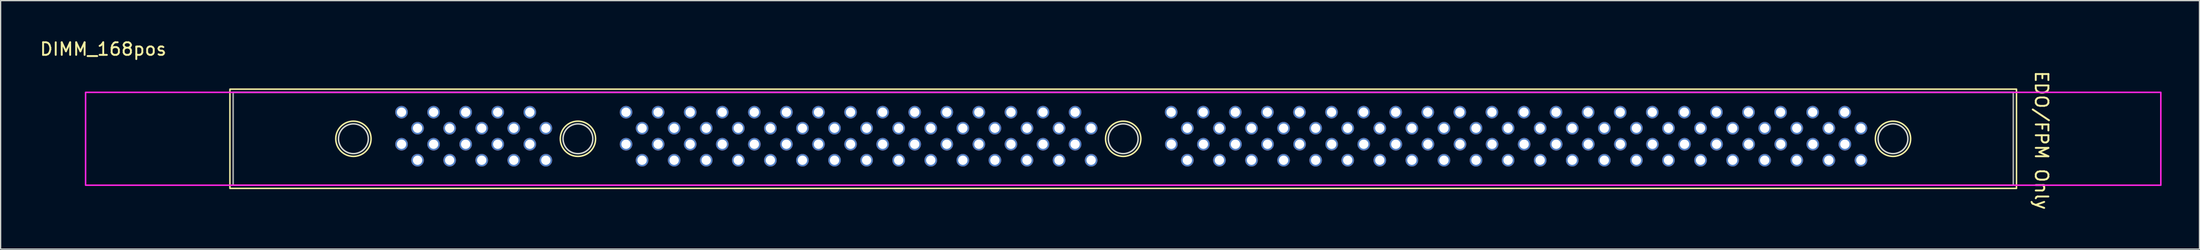
<source format=kicad_pcb>
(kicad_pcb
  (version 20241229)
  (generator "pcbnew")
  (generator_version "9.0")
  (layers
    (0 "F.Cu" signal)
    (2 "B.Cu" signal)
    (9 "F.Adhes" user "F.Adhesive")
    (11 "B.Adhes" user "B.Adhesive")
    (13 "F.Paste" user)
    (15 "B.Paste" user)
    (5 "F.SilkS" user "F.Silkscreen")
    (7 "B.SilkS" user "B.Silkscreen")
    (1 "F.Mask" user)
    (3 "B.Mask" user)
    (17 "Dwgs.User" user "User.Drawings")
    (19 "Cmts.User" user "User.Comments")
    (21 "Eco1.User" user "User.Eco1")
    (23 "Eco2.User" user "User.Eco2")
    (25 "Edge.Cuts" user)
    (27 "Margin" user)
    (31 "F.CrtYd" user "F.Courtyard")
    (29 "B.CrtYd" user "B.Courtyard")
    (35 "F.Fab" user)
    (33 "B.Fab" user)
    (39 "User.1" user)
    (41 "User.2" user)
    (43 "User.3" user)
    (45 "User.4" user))
  (footprint "DIMM_168pos"
    (layer "F.Cu")
    (at 4.617 5.852)
    (property "Reference" "DIMM_168pos" (at 0.508 -5.004 0) (unlocked yes) (layer "F.SilkS") (effects (font (size 1 1) (thickness 0.15))))
    (attr through_hole)
    (fp_rect (start 10.541 -1.829) (end 152.019 6.045) (stroke (width 0.12) (type solid)) (fill no) (layer "F.SilkS"))
    (fp_circle (center 20.32 2.108) (end 21.717 2.108) (stroke (width 0.12) (type solid)) (fill no) (layer "F.SilkS"))
    (fp_circle (center 38.1 2.108) (end 39.497 2.108) (stroke (width 0.12) (type solid)) (fill no) (layer "F.SilkS"))
    (fp_circle (center 81.28 2.108) (end 82.677 2.108) (stroke (width 0.12) (type solid)) (fill no) (layer "F.SilkS"))
    (fp_circle (center 142.24 2.108) (end 143.637 2.108) (stroke (width 0.12) (type solid)) (fill no) (layer "F.SilkS"))
    (fp_circle (center 20.32 2.108) (end 21.501 2.108) (stroke (width 0.12) (type solid)) (fill no) (layer "Edge.Cuts"))
    (fp_circle (center 38.1 2.108) (end 39.281 2.108) (stroke (width 0.12) (type solid)) (fill no) (layer "Edge.Cuts"))
    (fp_circle (center 81.28 2.108) (end 82.461 2.108) (stroke (width 0.12) (type solid)) (fill no) (layer "Edge.Cuts"))
    (fp_circle (center 142.24 2.108) (end 143.421 2.108) (stroke (width 0.12) (type solid)) (fill no) (layer "Edge.Cuts"))
    (fp_rect (start -0.889 -1.575) (end 163.449 5.791) (stroke (width 0.12) (type solid)) (fill no) (layer "F.CrtYd"))
    (fp_rect (start 10.795 -1.575) (end 151.765 5.791) (stroke (width 0.12) (type solid)) (fill no) (layer "F.Fab"))
    (fp_text user "EDO/FPM Only" (at 154 2.235 270) (unlocked yes) (layer "F.SilkS") (effects (font (size 1 1) (thickness 0.15))))
    (pad "1" thru_hole circle (at 24.13 2.54) (size 1 1) (drill 0.74) (layers "*.Cu" "*.Mask"))
    (pad "2" thru_hole circle (at 25.4 3.81) (size 1 1) (drill 0.74) (layers "*.Cu" "*.Mask"))
    (pad "3" thru_hole circle (at 26.67 2.54) (size 1 1) (drill 0.74) (layers "*.Cu" "*.Mask"))
    (pad "4" thru_hole circle (at 27.94 3.81) (size 1 1) (drill 0.74) (layers "*.Cu" "*.Mask"))
    (pad "5" thru_hole circle (at 29.21 2.54) (size 1 1) (drill 0.74) (layers "*.Cu" "*.Mask"))
    (pad "6" thru_hole circle (at 30.48 3.81) (size 1 1) (drill 0.74) (layers "*.Cu" "*.Mask"))
    (pad "7" thru_hole circle (at 31.75 2.54) (size 1 1) (drill 0.74) (layers "*.Cu" "*.Mask"))
    (pad "8" thru_hole circle (at 33.02 3.81) (size 1 1) (drill 0.74) (layers "*.Cu" "*.Mask"))
    (pad "9" thru_hole circle (at 34.29 2.54) (size 1 1) (drill 0.74) (layers "*.Cu" "*.Mask"))
    (pad "10" thru_hole circle (at 35.56 3.81) (size 1 1) (drill 0.74) (layers "*.Cu" "*.Mask"))
    (pad "11" thru_hole circle (at 41.91 2.54) (size 1 1) (drill 0.74) (layers "*.Cu" "*.Mask"))
    (pad "12" thru_hole circle (at 43.18 3.81) (size 1 1) (drill 0.74) (layers "*.Cu" "*.Mask"))
    (pad "13" thru_hole circle (at 44.45 2.54) (size 1 1) (drill 0.74) (layers "*.Cu" "*.Mask"))
    (pad "14" thru_hole circle (at 45.72 3.81) (size 1 1) (drill 0.74) (layers "*.Cu" "*.Mask"))
    (pad "15" thru_hole circle (at 46.99 2.54) (size 1 1) (drill 0.74) (layers "*.Cu" "*.Mask"))
    (pad "16" thru_hole circle (at 48.26 3.81) (size 1 1) (drill 0.74) (layers "*.Cu" "*.Mask"))
    (pad "17" thru_hole circle (at 49.53 2.54) (size 1 1) (drill 0.74) (layers "*.Cu" "*.Mask"))
    (pad "18" thru_hole circle (at 50.8 3.81) (size 1 1) (drill 0.74) (layers "*.Cu" "*.Mask"))
    (pad "19" thru_hole circle (at 52.07 2.54) (size 1 1) (drill 0.74) (layers "*.Cu" "*.Mask"))
    (pad "20" thru_hole circle (at 53.34 3.81) (size 1 1) (drill 0.74) (layers "*.Cu" "*.Mask"))
    (pad "21" thru_hole circle (at 54.61 2.54) (size 1 1) (drill 0.74) (layers "*.Cu" "*.Mask"))
    (pad "22" thru_hole circle (at 55.88 3.81) (size 1 1) (drill 0.74) (layers "*.Cu" "*.Mask"))
    (pad "23" thru_hole circle (at 57.15 2.54) (size 1 1) (drill 0.74) (layers "*.Cu" "*.Mask"))
    (pad "24" thru_hole circle (at 58.42 3.81) (size 1 1) (drill 0.74) (layers "*.Cu" "*.Mask"))
    (pad "25" thru_hole circle (at 59.69 2.54) (size 1 1) (drill 0.74) (layers "*.Cu" "*.Mask"))
    (pad "26" thru_hole circle (at 60.96 3.81) (size 1 1) (drill 0.74) (layers "*.Cu" "*.Mask"))
    (pad "27" thru_hole circle (at 62.23 2.54) (size 1 1) (drill 0.74) (layers "*.Cu" "*.Mask"))
    (pad "28" thru_hole circle (at 63.5 3.81) (size 1 1) (drill 0.74) (layers "*.Cu" "*.Mask"))
    (pad "29" thru_hole circle (at 64.77 2.54) (size 1 1) (drill 0.74) (layers "*.Cu" "*.Mask"))
    (pad "30" thru_hole circle (at 66.04 3.81) (size 1 1) (drill 0.74) (layers "*.Cu" "*.Mask"))
    (pad "31" thru_hole circle (at 67.31 2.54) (size 1 1) (drill 0.74) (layers "*.Cu" "*.Mask"))
    (pad "32" thru_hole circle (at 68.58 3.81) (size 1 1) (drill 0.74) (layers "*.Cu" "*.Mask"))
    (pad "33" thru_hole circle (at 69.85 2.54) (size 1 1) (drill 0.74) (layers "*.Cu" "*.Mask"))
    (pad "34" thru_hole circle (at 71.12 3.81) (size 1 1) (drill 0.74) (layers "*.Cu" "*.Mask"))
    (pad "35" thru_hole circle (at 72.39 2.54) (size 1 1) (drill 0.74) (layers "*.Cu" "*.Mask"))
    (pad "36" thru_hole circle (at 73.66 3.81) (size 1 1) (drill 0.74) (layers "*.Cu" "*.Mask"))
    (pad "37" thru_hole circle (at 74.93 2.54) (size 1 1) (drill 0.74) (layers "*.Cu" "*.Mask"))
    (pad "38" thru_hole circle (at 76.2 3.81) (size 1 1) (drill 0.74) (layers "*.Cu" "*.Mask"))
    (pad "39" thru_hole circle (at 77.47 2.54) (size 1 1) (drill 0.74) (layers "*.Cu" "*.Mask"))
    (pad "40" thru_hole circle (at 78.74 3.81) (size 1 1) (drill 0.74) (layers "*.Cu" "*.Mask"))
    (pad "41" thru_hole circle (at 85.09 2.54) (size 1 1) (drill 0.74) (layers "*.Cu" "*.Mask"))
    (pad "42" thru_hole circle (at 86.36 3.81) (size 1 1) (drill 0.74) (layers "*.Cu" "*.Mask"))
    (pad "43" thru_hole circle (at 87.63 2.54) (size 1 1) (drill 0.74) (layers "*.Cu" "*.Mask"))
    (pad "44" thru_hole circle (at 88.9 3.81) (size 1 1) (drill 0.74) (layers "*.Cu" "*.Mask"))
    (pad "45" thru_hole circle (at 90.17 2.54) (size 1 1) (drill 0.74) (layers "*.Cu" "*.Mask"))
    (pad "46" thru_hole circle (at 91.44 3.81) (size 1 1) (drill 0.74) (layers "*.Cu" "*.Mask"))
    (pad "47" thru_hole circle (at 92.71 2.54) (size 1 1) (drill 0.74) (layers "*.Cu" "*.Mask"))
    (pad "48" thru_hole circle (at 93.98 3.81) (size 1 1) (drill 0.74) (layers "*.Cu" "*.Mask"))
    (pad "49" thru_hole circle (at 95.25 2.54) (size 1 1) (drill 0.74) (layers "*.Cu" "*.Mask"))
    (pad "50" thru_hole circle (at 96.52 3.81) (size 1 1) (drill 0.74) (layers "*.Cu" "*.Mask"))
    (pad "51" thru_hole circle (at 97.79 2.54) (size 1 1) (drill 0.74) (layers "*.Cu" "*.Mask"))
    (pad "52" thru_hole circle (at 99.06 3.81) (size 1 1) (drill 0.74) (layers "*.Cu" "*.Mask"))
    (pad "53" thru_hole circle (at 100.33 2.54) (size 1 1) (drill 0.74) (layers "*.Cu" "*.Mask"))
    (pad "54" thru_hole circle (at 101.6 3.81) (size 1 1) (drill 0.74) (layers "*.Cu" "*.Mask"))
    (pad "55" thru_hole circle (at 102.87 2.54) (size 1 1) (drill 0.74) (layers "*.Cu" "*.Mask"))
    (pad "56" thru_hole circle (at 104.14 3.81) (size 1 1) (drill 0.74) (layers "*.Cu" "*.Mask"))
    (pad "57" thru_hole circle (at 105.41 2.54) (size 1 1) (drill 0.74) (layers "*.Cu" "*.Mask"))
    (pad "58" thru_hole circle (at 106.68 3.81) (size 1 1) (drill 0.74) (layers "*.Cu" "*.Mask"))
    (pad "59" thru_hole circle (at 107.95 2.54) (size 1 1) (drill 0.74) (layers "*.Cu" "*.Mask"))
    (pad "60" thru_hole circle (at 109.22 3.81) (size 1 1) (drill 0.74) (layers "*.Cu" "*.Mask"))
    (pad "61" thru_hole circle (at 110.49 2.54) (size 1 1) (drill 0.74) (layers "*.Cu" "*.Mask"))
    (pad "62" thru_hole circle (at 111.76 3.81) (size 1 1) (drill 0.74) (layers "*.Cu" "*.Mask"))
    (pad "63" thru_hole circle (at 113.03 2.54) (size 1 1) (drill 0.74) (layers "*.Cu" "*.Mask"))
    (pad "64" thru_hole circle (at 114.3 3.81) (size 1 1) (drill 0.74) (layers "*.Cu" "*.Mask"))
    (pad "65" thru_hole circle (at 115.57 2.54) (size 1 1) (drill 0.74) (layers "*.Cu" "*.Mask"))
    (pad "66" thru_hole circle (at 116.84 3.81) (size 1 1) (drill 0.74) (layers "*.Cu" "*.Mask"))
    (pad "67" thru_hole circle (at 118.11 2.54) (size 1 1) (drill 0.74) (layers "*.Cu" "*.Mask"))
    (pad "68" thru_hole circle (at 119.38 3.81) (size 1 1) (drill 0.74) (layers "*.Cu" "*.Mask"))
    (pad "69" thru_hole circle (at 120.65 2.54) (size 1 1) (drill 0.74) (layers "*.Cu" "*.Mask"))
    (pad "70" thru_hole circle (at 121.92 3.81) (size 1 1) (drill 0.74) (layers "*.Cu" "*.Mask"))
    (pad "71" thru_hole circle (at 123.19 2.54) (size 1 1) (drill 0.74) (layers "*.Cu" "*.Mask"))
    (pad "72" thru_hole circle (at 124.46 3.81) (size 1 1) (drill 0.74) (layers "*.Cu" "*.Mask"))
    (pad "73" thru_hole circle (at 125.73 2.54) (size 1 1) (drill 0.74) (layers "*.Cu" "*.Mask"))
    (pad "74" thru_hole circle (at 127 3.81) (size 1 1) (drill 0.74) (layers "*.Cu" "*.Mask"))
    (pad "75" thru_hole circle (at 128.27 2.54) (size 1 1) (drill 0.74) (layers "*.Cu" "*.Mask"))
    (pad "76" thru_hole circle (at 129.54 3.81) (size 1 1) (drill 0.74) (layers "*.Cu" "*.Mask"))
    (pad "77" thru_hole circle (at 130.81 2.54) (size 1 1) (drill 0.74) (layers "*.Cu" "*.Mask"))
    (pad "78" thru_hole circle (at 132.08 3.81) (size 1 1) (drill 0.74) (layers "*.Cu" "*.Mask"))
    (pad "79" thru_hole circle (at 133.35 2.54) (size 1 1) (drill 0.74) (layers "*.Cu" "*.Mask"))
    (pad "80" thru_hole circle (at 134.62 3.81) (size 1 1) (drill 0.74) (layers "*.Cu" "*.Mask"))
    (pad "81" thru_hole circle (at 135.89 2.54) (size 1 1) (drill 0.74) (layers "*.Cu" "*.Mask"))
    (pad "82" thru_hole circle (at 137.16 3.81) (size 1 1) (drill 0.74) (layers "*.Cu" "*.Mask"))
    (pad "83" thru_hole circle (at 138.43 2.54) (size 1 1) (drill 0.74) (layers "*.Cu" "*.Mask"))
    (pad "84" thru_hole circle (at 139.7 3.81) (size 1 1) (drill 0.74) (layers "*.Cu" "*.Mask"))
    (pad "85" thru_hole circle (at 24.13 0) (size 1 1) (drill 0.74) (layers "*.Cu" "*.Mask"))
    (pad "86" thru_hole circle (at 25.4 1.27) (size 1 1) (drill 0.74) (layers "*.Cu" "*.Mask"))
    (pad "87" thru_hole circle (at 26.67 0) (size 1 1) (drill 0.74) (layers "*.Cu" "*.Mask"))
    (pad "88" thru_hole circle (at 27.94 1.27) (size 1 1) (drill 0.74) (layers "*.Cu" "*.Mask"))
    (pad "89" thru_hole circle (at 29.21 0) (size 1 1) (drill 0.74) (layers "*.Cu" "*.Mask"))
    (pad "90" thru_hole circle (at 30.48 1.27) (size 1 1) (drill 0.74) (layers "*.Cu" "*.Mask"))
    (pad "91" thru_hole circle (at 31.75 0) (size 1 1) (drill 0.74) (layers "*.Cu" "*.Mask"))
    (pad "92" thru_hole circle (at 33.02 1.27) (size 1 1) (drill 0.74) (layers "*.Cu" "*.Mask"))
    (pad "93" thru_hole circle (at 34.29 0) (size 1 1) (drill 0.74) (layers "*.Cu" "*.Mask"))
    (pad "94" thru_hole circle (at 35.56 1.27) (size 1 1) (drill 0.74) (layers "*.Cu" "*.Mask"))
    (pad "95" thru_hole circle (at 41.91 0) (size 1 1) (drill 0.74) (layers "*.Cu" "*.Mask"))
    (pad "96" thru_hole circle (at 43.18 1.27) (size 1 1) (drill 0.74) (layers "*.Cu" "*.Mask"))
    (pad "97" thru_hole circle (at 44.45 0) (size 1 1) (drill 0.74) (layers "*.Cu" "*.Mask"))
    (pad "98" thru_hole circle (at 45.72 1.27) (size 1 1) (drill 0.74) (layers "*.Cu" "*.Mask"))
    (pad "99" thru_hole circle (at 46.99 0) (size 1 1) (drill 0.74) (layers "*.Cu" "*.Mask"))
    (pad "100" thru_hole circle (at 48.26 1.27) (size 1 1) (drill 0.74) (layers "*.Cu" "*.Mask"))
    (pad "101" thru_hole circle (at 49.53 0) (size 1 1) (drill 0.74) (layers "*.Cu" "*.Mask"))
    (pad "102" thru_hole circle (at 50.8 1.27) (size 1 1) (drill 0.74) (layers "*.Cu" "*.Mask"))
    (pad "103" thru_hole circle (at 52.07 0) (size 1 1) (drill 0.74) (layers "*.Cu" "*.Mask"))
    (pad "104" thru_hole circle (at 53.34 1.27) (size 1 1) (drill 0.74) (layers "*.Cu" "*.Mask"))
    (pad "105" thru_hole circle (at 54.61 0) (size 1 1) (drill 0.74) (layers "*.Cu" "*.Mask"))
    (pad "106" thru_hole circle (at 55.88 1.27) (size 1 1) (drill 0.74) (layers "*.Cu" "*.Mask"))
    (pad "107" thru_hole circle (at 57.15 0) (size 1 1) (drill 0.74) (layers "*.Cu" "*.Mask"))
    (pad "108" thru_hole circle (at 58.42 1.27) (size 1 1) (drill 0.74) (layers "*.Cu" "*.Mask"))
    (pad "109" thru_hole circle (at 59.69 0) (size 1 1) (drill 0.74) (layers "*.Cu" "*.Mask"))
    (pad "110" thru_hole circle (at 60.96 1.27) (size 1 1) (drill 0.74) (layers "*.Cu" "*.Mask"))
    (pad "111" thru_hole circle (at 62.23 0) (size 1 1) (drill 0.74) (layers "*.Cu" "*.Mask"))
    (pad "112" thru_hole circle (at 63.5 1.27) (size 1 1) (drill 0.74) (layers "*.Cu" "*.Mask"))
    (pad "113" thru_hole circle (at 64.77 0) (size 1 1) (drill 0.74) (layers "*.Cu" "*.Mask"))
    (pad "114" thru_hole circle (at 66.04 1.27) (size 1 1) (drill 0.74) (layers "*.Cu" "*.Mask"))
    (pad "115" thru_hole circle (at 67.31 0) (size 1 1) (drill 0.74) (layers "*.Cu" "*.Mask"))
    (pad "116" thru_hole circle (at 68.58 1.27) (size 1 1) (drill 0.74) (layers "*.Cu" "*.Mask"))
    (pad "117" thru_hole circle (at 69.85 0) (size 1 1) (drill 0.74) (layers "*.Cu" "*.Mask"))
    (pad "118" thru_hole circle (at 71.12 1.27) (size 1 1) (drill 0.74) (layers "*.Cu" "*.Mask"))
    (pad "119" thru_hole circle (at 72.39 0) (size 1 1) (drill 0.74) (layers "*.Cu" "*.Mask"))
    (pad "120" thru_hole circle (at 73.66 1.27) (size 1 1) (drill 0.74) (layers "*.Cu" "*.Mask"))
    (pad "121" thru_hole circle (at 74.93 0) (size 1 1) (drill 0.74) (layers "*.Cu" "*.Mask"))
    (pad "122" thru_hole circle (at 76.2 1.27) (size 1 1) (drill 0.74) (layers "*.Cu" "*.Mask"))
    (pad "123" thru_hole circle (at 77.47 0) (size 1 1) (drill 0.74) (layers "*.Cu" "*.Mask"))
    (pad "124" thru_hole circle (at 78.74 1.27) (size 1 1) (drill 0.74) (layers "*.Cu" "*.Mask"))
    (pad "125" thru_hole circle (at 85.078 -0.002) (size 1 1) (drill 0.74) (layers "*.Cu" "*.Mask"))
    (pad "126" thru_hole circle (at 86.36 1.27) (size 1 1) (drill 0.74) (layers "*.Cu" "*.Mask"))
    (pad "127" thru_hole circle (at 87.618 -0.002) (size 1 1) (drill 0.74) (layers "*.Cu" "*.Mask"))
    (pad "128" thru_hole circle (at 88.9 1.27) (size 1 1) (drill 0.74) (layers "*.Cu" "*.Mask"))
    (pad "129" thru_hole circle (at 90.158 -0.002) (size 1 1) (drill 0.74) (layers "*.Cu" "*.Mask"))
    (pad "130" thru_hole circle (at 91.44 1.27) (size 1 1) (drill 0.74) (layers "*.Cu" "*.Mask"))
    (pad "131" thru_hole circle (at 92.698 -0.002) (size 1 1) (drill 0.74) (layers "*.Cu" "*.Mask"))
    (pad "132" thru_hole circle (at 93.98 1.27) (size 1 1) (drill 0.74) (layers "*.Cu" "*.Mask"))
    (pad "133" thru_hole circle (at 95.238 -0.002) (size 1 1) (drill 0.74) (layers "*.Cu" "*.Mask"))
    (pad "134" thru_hole circle (at 96.52 1.27) (size 1 1) (drill 0.74) (layers "*.Cu" "*.Mask"))
    (pad "135" thru_hole circle (at 97.778 -0.002) (size 1 1) (drill 0.74) (layers "*.Cu" "*.Mask"))
    (pad "136" thru_hole circle (at 99.06 1.27) (size 1 1) (drill 0.74) (layers "*.Cu" "*.Mask"))
    (pad "137" thru_hole circle (at 100.318 -0.002) (size 1 1) (drill 0.74) (layers "*.Cu" "*.Mask"))
    (pad "138" thru_hole circle (at 101.6 1.27) (size 1 1) (drill 0.74) (layers "*.Cu" "*.Mask"))
    (pad "139" thru_hole circle (at 102.858 -0.002) (size 1 1) (drill 0.74) (layers "*.Cu" "*.Mask"))
    (pad "140" thru_hole circle (at 104.14 1.27) (size 1 1) (drill 0.74) (layers "*.Cu" "*.Mask"))
    (pad "141" thru_hole circle (at 105.398 -0.002) (size 1 1) (drill 0.74) (layers "*.Cu" "*.Mask"))
    (pad "142" thru_hole circle (at 106.68 1.27) (size 1 1) (drill 0.74) (layers "*.Cu" "*.Mask"))
    (pad "143" thru_hole circle (at 107.938 -0.002) (size 1 1) (drill 0.74) (layers "*.Cu" "*.Mask"))
    (pad "144" thru_hole circle (at 109.22 1.27) (size 1 1) (drill 0.74) (layers "*.Cu" "*.Mask"))
    (pad "145" thru_hole circle (at 110.478 -0.002) (size 1 1) (drill 0.74) (layers "*.Cu" "*.Mask"))
    (pad "146" thru_hole circle (at 111.76 1.27) (size 1 1) (drill 0.74) (layers "*.Cu" "*.Mask"))
    (pad "147" thru_hole circle (at 113.018 -0.002) (size 1 1) (drill 0.74) (layers "*.Cu" "*.Mask"))
    (pad "148" thru_hole circle (at 114.3 1.27) (size 1 1) (drill 0.74) (layers "*.Cu" "*.Mask"))
    (pad "149" thru_hole circle (at 115.558 -0.002) (size 1 1) (drill 0.74) (layers "*.Cu" "*.Mask"))
    (pad "150" thru_hole circle (at 116.84 1.27) (size 1 1) (drill 0.74) (layers "*.Cu" "*.Mask"))
    (pad "151" thru_hole circle (at 118.098 -0.002) (size 1 1) (drill 0.74) (layers "*.Cu" "*.Mask"))
    (pad "152" thru_hole circle (at 119.38 1.27) (size 1 1) (drill 0.74) (layers "*.Cu" "*.Mask"))
    (pad "153" thru_hole circle (at 120.638 -0.002) (size 1 1) (drill 0.74) (layers "*.Cu" "*.Mask"))
    (pad "154" thru_hole circle (at 121.92 1.27) (size 1 1) (drill 0.74) (layers "*.Cu" "*.Mask"))
    (pad "155" thru_hole circle (at 123.178 -0.002) (size 1 1) (drill 0.74) (layers "*.Cu" "*.Mask"))
    (pad "156" thru_hole circle (at 124.46 1.27) (size 1 1) (drill 0.74) (layers "*.Cu" "*.Mask"))
    (pad "157" thru_hole circle (at 125.718 -0.002) (size 1 1) (drill 0.74) (layers "*.Cu" "*.Mask"))
    (pad "158" thru_hole circle (at 127 1.27) (size 1 1) (drill 0.74) (layers "*.Cu" "*.Mask"))
    (pad "159" thru_hole circle (at 128.258 -0.002) (size 1 1) (drill 0.74) (layers "*.Cu" "*.Mask"))
    (pad "160" thru_hole circle (at 129.54 1.27) (size 1 1) (drill 0.74) (layers "*.Cu" "*.Mask"))
    (pad "161" thru_hole circle (at 130.798 -0.002) (size 1 1) (drill 0.74) (layers "*.Cu" "*.Mask"))
    (pad "162" thru_hole circle (at 132.08 1.27) (size 1 1) (drill 0.74) (layers "*.Cu" "*.Mask"))
    (pad "163" thru_hole circle (at 133.338 -0.002) (size 1 1) (drill 0.74) (layers "*.Cu" "*.Mask"))
    (pad "164" thru_hole circle (at 134.62 1.27) (size 1 1) (drill 0.74) (layers "*.Cu" "*.Mask"))
    (pad "165" thru_hole circle (at 135.878 -0.002) (size 1 1) (drill 0.74) (layers "*.Cu" "*.Mask"))
    (pad "166" thru_hole circle (at 137.16 1.27) (size 1 1) (drill 0.74) (layers "*.Cu" "*.Mask"))
    (pad "167" thru_hole circle (at 138.418 -0.002) (size 1 1) (drill 0.74) (layers "*.Cu" "*.Mask"))
    (pad "168" thru_hole circle (at 139.7 1.27) (size 1 1) (drill 0.74) (layers "*.Cu" "*.Mask")))
  (gr_rect
    (start -3 -3)
    (end 171.126 16.712)
    (stroke (width 0.1) (type default))
    (fill no)
    (layer "Edge.Cuts")))
</source>
